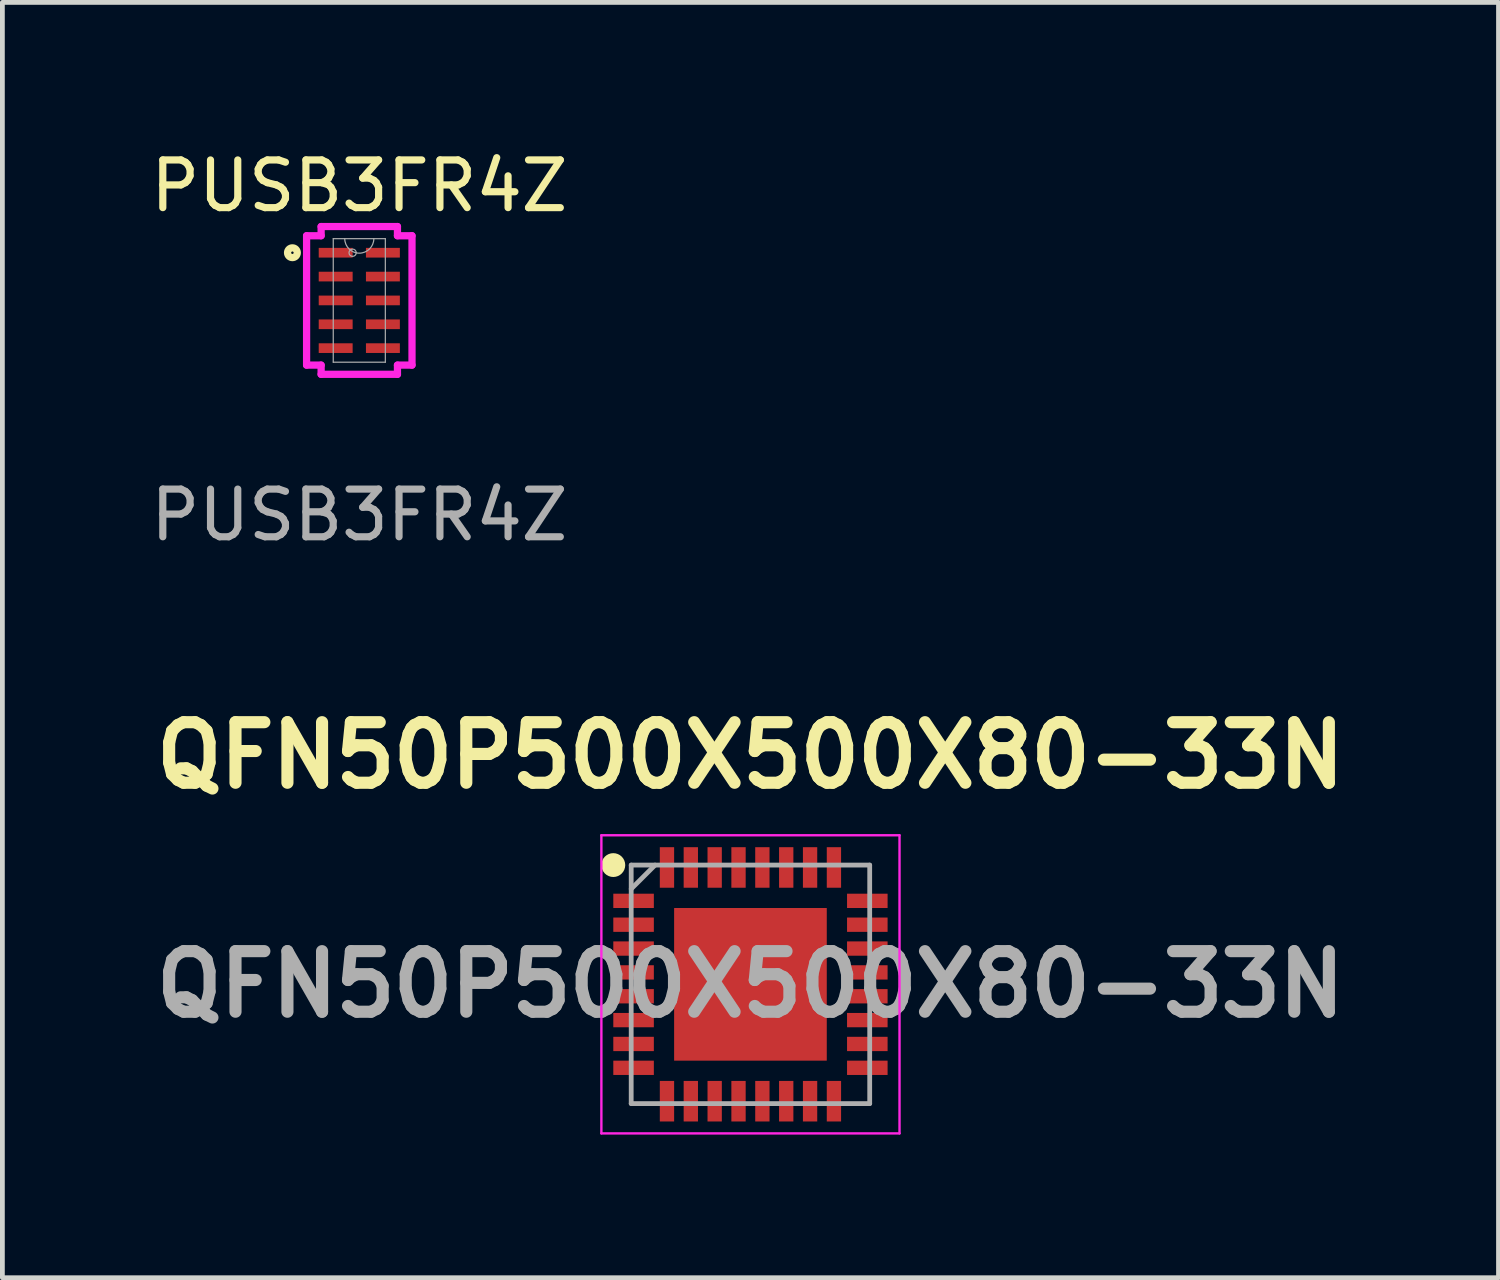
<source format=kicad_pcb>
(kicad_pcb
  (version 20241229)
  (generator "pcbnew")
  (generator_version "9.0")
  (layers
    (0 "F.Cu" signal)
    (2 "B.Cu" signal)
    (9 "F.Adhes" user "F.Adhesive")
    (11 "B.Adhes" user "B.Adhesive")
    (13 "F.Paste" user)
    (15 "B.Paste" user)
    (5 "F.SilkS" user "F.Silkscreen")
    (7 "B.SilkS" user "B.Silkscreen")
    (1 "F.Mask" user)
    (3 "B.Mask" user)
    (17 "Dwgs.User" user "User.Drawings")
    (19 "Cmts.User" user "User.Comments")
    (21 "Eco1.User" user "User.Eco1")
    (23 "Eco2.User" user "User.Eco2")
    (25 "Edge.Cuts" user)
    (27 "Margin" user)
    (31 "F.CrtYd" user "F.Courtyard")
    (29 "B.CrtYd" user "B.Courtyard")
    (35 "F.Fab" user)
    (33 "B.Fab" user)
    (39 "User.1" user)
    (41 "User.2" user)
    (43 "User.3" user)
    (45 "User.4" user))
  (footprint "PUSB3FR4Z"
    (layer "F.Cu")
    (at 4.482 3.248)
    (property "Reference" "PUSB3FR4Z" (at 0 -2.4 0) (unlocked yes) (layer "F.SilkS") (effects (font (size 1 1) (thickness 0.15))))
    (attr smd)
    (fp_circle (center -1.402 -1) (end -1.3 -1) (stroke (width 0.152) (type solid)) (fill no) (layer "F.SilkS"))
    (fp_line (start -1.105 -1.356) (end -0.8 -1.356) (stroke (width 0.152) (type solid)) (layer "F.CrtYd"))
    (fp_line (start -1.105 1.356) (end -1.105 -1.356) (stroke (width 0.152) (type solid)) (layer "F.CrtYd"))
    (fp_line (start -1.105 1.356) (end -0.8 1.356) (stroke (width 0.152) (type solid)) (layer "F.CrtYd"))
    (fp_line (start -0.8 -1.549) (end 0.8 -1.549) (stroke (width 0.152) (type solid)) (layer "F.CrtYd"))
    (fp_line (start -0.8 -1.356) (end -0.8 -1.549) (stroke (width 0.152) (type solid)) (layer "F.CrtYd"))
    (fp_line (start -0.8 1.549) (end -0.8 1.356) (stroke (width 0.152) (type solid)) (layer "F.CrtYd"))
    (fp_line (start 0.8 -1.549) (end 0.8 -1.356) (stroke (width 0.152) (type solid)) (layer "F.CrtYd"))
    (fp_line (start 0.8 1.356) (end 0.8 1.549) (stroke (width 0.152) (type solid)) (layer "F.CrtYd"))
    (fp_line (start 0.8 1.549) (end -0.8 1.549) (stroke (width 0.152) (type solid)) (layer "F.CrtYd"))
    (fp_line (start 1.105 -1.356) (end 0.8 -1.356) (stroke (width 0.152) (type solid)) (layer "F.CrtYd"))
    (fp_line (start 1.105 -1.356) (end 1.105 1.356) (stroke (width 0.152) (type solid)) (layer "F.CrtYd"))
    (fp_line (start 1.105 1.356) (end 0.8 1.356) (stroke (width 0.152) (type solid)) (layer "F.CrtYd"))
    (fp_line (start -0.546 -1.295) (end -0.546 1.295) (stroke (width 0.025) (type solid)) (layer "F.Fab"))
    (fp_line (start -0.546 1.295) (end 0.546 1.295) (stroke (width 0.025) (type solid)) (layer "F.Fab"))
    (fp_line (start 0.546 -1.295) (end -0.546 -1.295) (stroke (width 0.025) (type solid)) (layer "F.Fab"))
    (fp_line (start 0.546 1.295) (end 0.546 -1.295) (stroke (width 0.025) (type solid)) (layer "F.Fab"))
    (fp_arc (start 0.3048 -1.2954) (mid 0 -0.9906) (end -0.3048 -1.2954) (stroke (width 0.0254) (type solid)) (layer "F.Fab"))
    (fp_circle (center -0.14 -1) (end -0.064 -1) (stroke (width 0.025) (type solid)) (fill no) (layer "F.Fab"))
    (fp_text user "${REFERENCE}" (at 0 4.5 0) (unlocked yes) (layer "F.Fab") (effects (font (size 1 1) (thickness 0.15))))
    (pad "1" smd rect (at -0.495 -1) (size 0.711 0.203) (layers "F.Cu" "F.Mask" "F.Paste"))
    (pad "2" smd rect (at -0.495 -0.5) (size 0.711 0.203) (layers "F.Cu" "F.Mask" "F.Paste"))
    (pad "3" smd rect (at -0.495 0) (size 0.711 0.203) (layers "F.Cu" "F.Mask" "F.Paste"))
    (pad "4" smd rect (at -0.495 0.5) (size 0.711 0.203) (layers "F.Cu" "F.Mask" "F.Paste"))
    (pad "5" smd rect (at -0.495 1) (size 0.711 0.203) (layers "F.Cu" "F.Mask" "F.Paste"))
    (pad "6" smd rect (at 0.495 1) (size 0.711 0.203) (layers "F.Cu" "F.Mask" "F.Paste"))
    (pad "7" smd rect (at 0.495 0.5) (size 0.711 0.203) (layers "F.Cu" "F.Mask" "F.Paste"))
    (pad "8" smd rect (at 0.495 0) (size 0.711 0.203) (layers "F.Cu" "F.Mask" "F.Paste"))
    (pad "9" smd rect (at 0.495 -0.5) (size 0.711 0.203) (layers "F.Cu" "F.Mask" "F.Paste"))
    (pad "10" smd rect (at 0.495 -1) (size 0.711 0.203) (layers "F.Cu" "F.Mask" "F.Paste")))
  (footprint "QFN50P500X500X80-33N"
    (layer "F.Cu")
    (at 12.682 17.585)
    (property "Reference" "QFN50P500X500X80-33N" (at 0 -4.8 0) (layer "F.SilkS") (effects (font (size 1.27 1.27) (thickness 0.254))))
    (attr smd)
    (fp_circle (center -2.875 -2.5) (end -2.875 -2.375) (stroke (width 0.25) (type solid)) (fill no) (layer "F.SilkS"))
    (fp_line (start -3.125 -3.125) (end 3.125 -3.125) (stroke (width 0.05) (type solid)) (layer "F.CrtYd"))
    (fp_line (start -3.125 3.125) (end -3.125 -3.125) (stroke (width 0.05) (type solid)) (layer "F.CrtYd"))
    (fp_line (start 3.125 -3.125) (end 3.125 3.125) (stroke (width 0.05) (type solid)) (layer "F.CrtYd"))
    (fp_line (start 3.125 3.125) (end -3.125 3.125) (stroke (width 0.05) (type solid)) (layer "F.CrtYd"))
    (fp_line (start -2.5 -2.5) (end 2.5 -2.5) (stroke (width 0.1) (type solid)) (layer "F.Fab"))
    (fp_line (start -2.5 -2) (end -2 -2.5) (stroke (width 0.1) (type solid)) (layer "F.Fab"))
    (fp_line (start -2.5 2.5) (end -2.5 -2.5) (stroke (width 0.1) (type solid)) (layer "F.Fab"))
    (fp_line (start 2.5 -2.5) (end 2.5 2.5) (stroke (width 0.1) (type solid)) (layer "F.Fab"))
    (fp_line (start 2.5 2.5) (end -2.5 2.5) (stroke (width 0.1) (type solid)) (layer "F.Fab"))
    (fp_text user "${REFERENCE}" (at 0 0 0) (layer "F.Fab") (effects (font (size 1.27 1.27) (thickness 0.254))))
    (pad "1" smd rect (at -2.45 -1.75 90) (size 0.3 0.85) (layers "F.Cu" "F.Mask" "F.Paste"))
    (pad "2" smd rect (at -2.45 -1.25 90) (size 0.3 0.85) (layers "F.Cu" "F.Mask" "F.Paste"))
    (pad "3" smd rect (at -2.45 -0.75 90) (size 0.3 0.85) (layers "F.Cu" "F.Mask" "F.Paste"))
    (pad "4" smd rect (at -2.45 -0.25 90) (size 0.3 0.85) (layers "F.Cu" "F.Mask" "F.Paste"))
    (pad "5" smd rect (at -2.45 0.25 90) (size 0.3 0.85) (layers "F.Cu" "F.Mask" "F.Paste"))
    (pad "6" smd rect (at -2.45 0.75 90) (size 0.3 0.85) (layers "F.Cu" "F.Mask" "F.Paste"))
    (pad "7" smd rect (at -2.45 1.25 90) (size 0.3 0.85) (layers "F.Cu" "F.Mask" "F.Paste"))
    (pad "8" smd rect (at -2.45 1.75 90) (size 0.3 0.85) (layers "F.Cu" "F.Mask" "F.Paste"))
    (pad "9" smd rect (at -1.75 2.45) (size 0.3 0.85) (layers "F.Cu" "F.Mask" "F.Paste"))
    (pad "10" smd rect (at -1.25 2.45) (size 0.3 0.85) (layers "F.Cu" "F.Mask" "F.Paste"))
    (pad "11" smd rect (at -0.75 2.45) (size 0.3 0.85) (layers "F.Cu" "F.Mask" "F.Paste"))
    (pad "12" smd rect (at -0.25 2.45) (size 0.3 0.85) (layers "F.Cu" "F.Mask" "F.Paste"))
    (pad "13" smd rect (at 0.25 2.45) (size 0.3 0.85) (layers "F.Cu" "F.Mask" "F.Paste"))
    (pad "14" smd rect (at 0.75 2.45) (size 0.3 0.85) (layers "F.Cu" "F.Mask" "F.Paste"))
    (pad "15" smd rect (at 1.25 2.45) (size 0.3 0.85) (layers "F.Cu" "F.Mask" "F.Paste"))
    (pad "16" smd rect (at 1.75 2.45) (size 0.3 0.85) (layers "F.Cu" "F.Mask" "F.Paste"))
    (pad "17" smd rect (at 2.45 1.75 90) (size 0.3 0.85) (layers "F.Cu" "F.Mask" "F.Paste"))
    (pad "18" smd rect (at 2.45 1.25 90) (size 0.3 0.85) (layers "F.Cu" "F.Mask" "F.Paste"))
    (pad "19" smd rect (at 2.45 0.75 90) (size 0.3 0.85) (layers "F.Cu" "F.Mask" "F.Paste"))
    (pad "20" smd rect (at 2.45 0.25 90) (size 0.3 0.85) (layers "F.Cu" "F.Mask" "F.Paste"))
    (pad "21" smd rect (at 2.45 -0.25 90) (size 0.3 0.85) (layers "F.Cu" "F.Mask" "F.Paste"))
    (pad "22" smd rect (at 2.45 -0.75 90) (size 0.3 0.85) (layers "F.Cu" "F.Mask" "F.Paste"))
    (pad "23" smd rect (at 2.45 -1.25 90) (size 0.3 0.85) (layers "F.Cu" "F.Mask" "F.Paste"))
    (pad "24" smd rect (at 2.45 -1.75 90) (size 0.3 0.85) (layers "F.Cu" "F.Mask" "F.Paste"))
    (pad "25" smd rect (at 1.75 -2.45) (size 0.3 0.85) (layers "F.Cu" "F.Mask" "F.Paste"))
    (pad "26" smd rect (at 1.25 -2.45) (size 0.3 0.85) (layers "F.Cu" "F.Mask" "F.Paste"))
    (pad "27" smd rect (at 0.75 -2.45) (size 0.3 0.85) (layers "F.Cu" "F.Mask" "F.Paste"))
    (pad "28" smd rect (at 0.25 -2.45) (size 0.3 0.85) (layers "F.Cu" "F.Mask" "F.Paste"))
    (pad "29" smd rect (at -0.25 -2.45) (size 0.3 0.85) (layers "F.Cu" "F.Mask" "F.Paste"))
    (pad "30" smd rect (at -0.75 -2.45) (size 0.3 0.85) (layers "F.Cu" "F.Mask" "F.Paste"))
    (pad "31" smd rect (at -1.25 -2.45) (size 0.3 0.85) (layers "F.Cu" "F.Mask" "F.Paste"))
    (pad "32" smd rect (at -1.75 -2.45) (size 0.3 0.85) (layers "F.Cu" "F.Mask" "F.Paste"))
    (pad "33" smd rect (at 0 0) (size 3.2 3.2) (layers "F.Cu" "F.Mask" "F.Paste")))
  (gr_rect
    (start -3 -3)
    (end 28.364 23.735)
    (stroke (width 0.1) (type default))
    (fill no)
    (layer "Edge.Cuts")))
</source>
